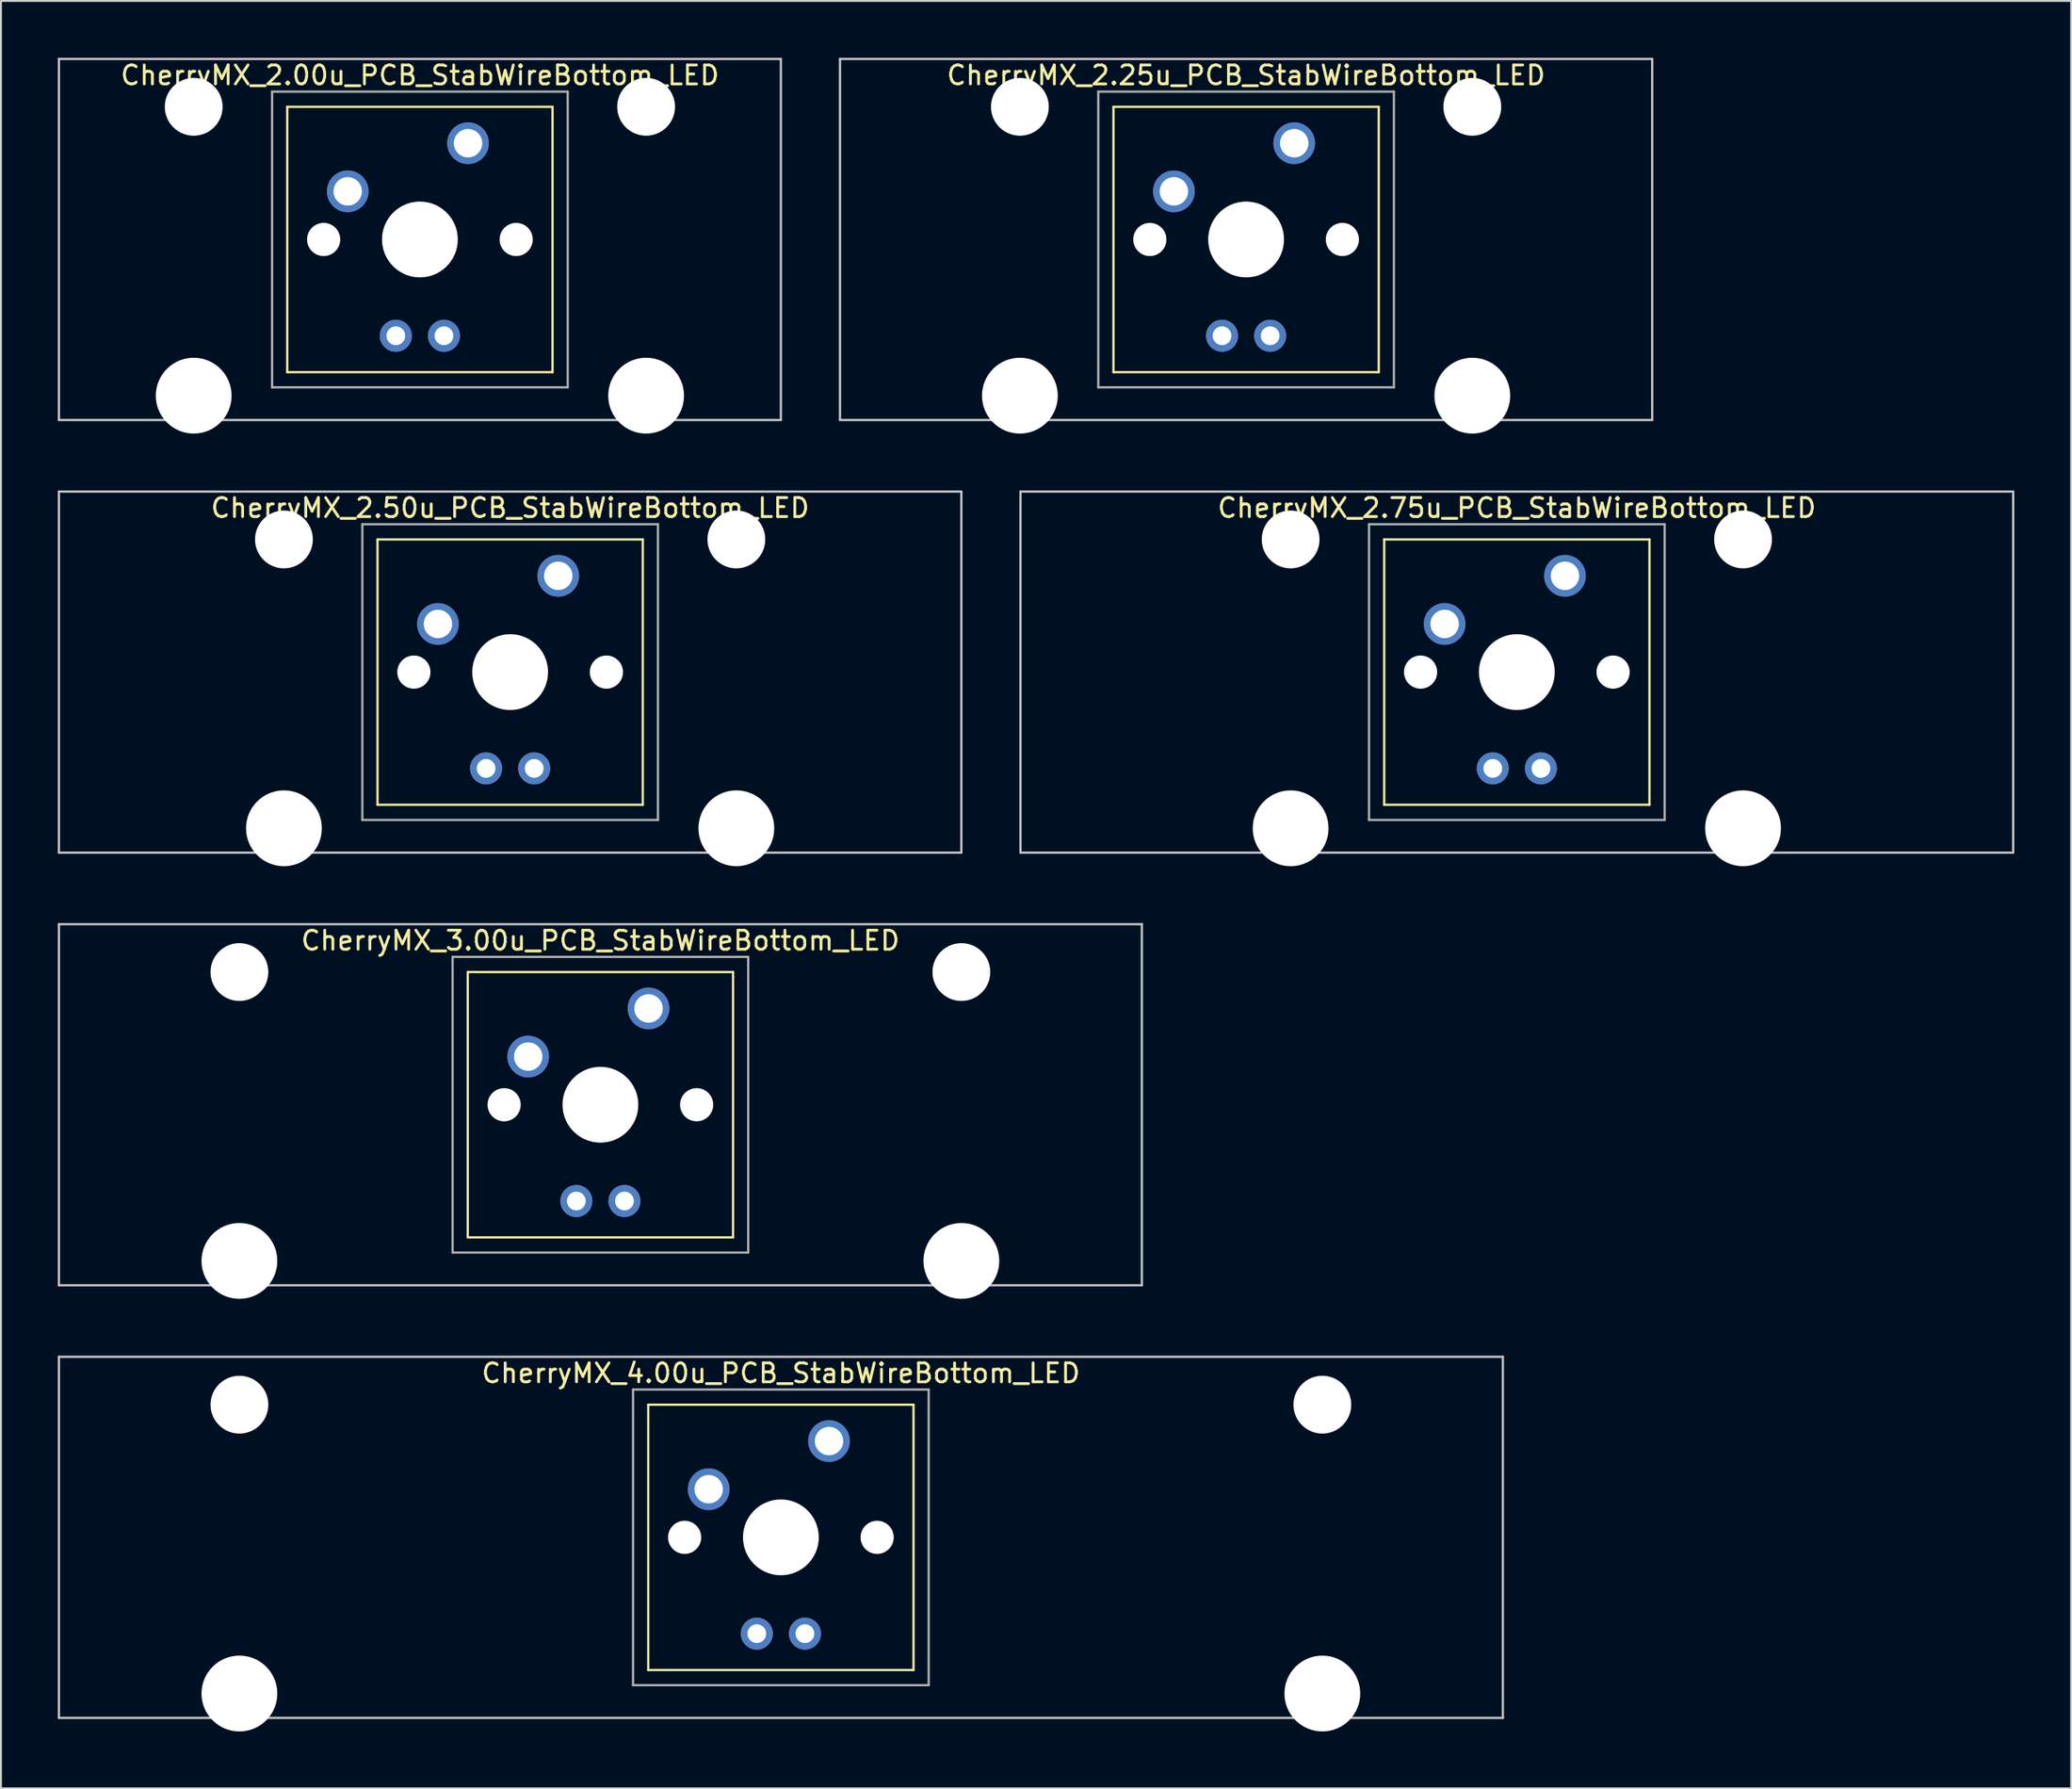
<source format=kicad_pcb>
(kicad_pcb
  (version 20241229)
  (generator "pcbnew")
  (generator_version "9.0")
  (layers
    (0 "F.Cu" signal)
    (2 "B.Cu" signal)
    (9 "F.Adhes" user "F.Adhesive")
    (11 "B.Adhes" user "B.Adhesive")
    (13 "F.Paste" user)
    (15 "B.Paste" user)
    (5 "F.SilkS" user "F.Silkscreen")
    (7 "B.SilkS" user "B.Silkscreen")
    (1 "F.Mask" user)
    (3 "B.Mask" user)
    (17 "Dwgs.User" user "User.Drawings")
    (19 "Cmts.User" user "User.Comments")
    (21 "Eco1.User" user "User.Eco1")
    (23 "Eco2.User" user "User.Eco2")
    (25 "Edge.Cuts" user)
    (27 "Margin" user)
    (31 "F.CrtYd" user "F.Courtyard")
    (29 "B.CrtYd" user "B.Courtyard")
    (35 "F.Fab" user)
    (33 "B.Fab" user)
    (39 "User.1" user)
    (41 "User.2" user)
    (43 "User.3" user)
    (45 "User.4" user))
  (footprint "CherryMX_2.50u_PCB_StabWireBottom_LED"
    (layer "F.Cu")
    (at 23.872 32.41)
    (property "Reference" "CherryMX_2.50u_PCB_StabWireBottom_LED" (at 0 -8.662 0) (layer "F.SilkS") (effects (font (size 1 1) (thickness 0.15))))
    (attr through_hole)
    (fp_line (start -7 -7) (end -7 7) (stroke (width 0.12) (type solid)) (layer "F.SilkS"))
    (fp_line (start -7 -7) (end 7 -7) (stroke (width 0.12) (type solid)) (layer "F.SilkS"))
    (fp_line (start 7 -7) (end 7 7) (stroke (width 0.12) (type solid)) (layer "F.SilkS"))
    (fp_line (start 7 7) (end -7 7) (stroke (width 0.12) (type solid)) (layer "F.SilkS"))
    (fp_line (start -23.812 -9.525) (end 23.812 -9.525) (stroke (width 0.12) (type solid)) (layer "Dwgs.User"))
    (fp_line (start -23.812 9.525) (end -23.812 -9.525) (stroke (width 0.12) (type solid)) (layer "Dwgs.User"))
    (fp_line (start 23.812 -9.525) (end 23.812 9.525) (stroke (width 0.12) (type solid)) (layer "Dwgs.User"))
    (fp_line (start 23.812 9.525) (end -23.812 9.525) (stroke (width 0.12) (type solid)) (layer "Dwgs.User"))
    (fp_line (start -7.8 -7.8) (end -7.8 7.8) (stroke (width 0.12) (type solid)) (layer "F.Fab"))
    (fp_line (start -7.8 -7.8) (end 7.8 -7.8) (stroke (width 0.12) (type solid)) (layer "F.Fab"))
    (fp_line (start -7.8 7.8) (end 7.8 7.8) (stroke (width 0.12) (type solid)) (layer "F.Fab"))
    (fp_line (start 7.8 -7.8) (end 7.8 7.8) (stroke (width 0.12) (type solid)) (layer "F.Fab"))
    (pad "" np_thru_hole circle (at -11.938 -7) (size 3.05 3.05) (drill 3.05) (layers "*.Cu" "*.Mask"))
    (pad "" np_thru_hole circle (at -11.938 8.24) (size 4 4) (drill 4) (layers "*.Cu" "*.Mask"))
    (pad "" np_thru_hole circle (at -5.08 0) (size 1.75 1.75) (drill 1.75) (layers "*.Cu" "*.Mask"))
    (pad "" np_thru_hole circle (at 0 0) (size 4 4) (drill 4) (layers "*.Cu" "*.Mask"))
    (pad "" np_thru_hole circle (at 5.08 0) (size 1.75 1.75) (drill 1.75) (layers "*.Cu" "*.Mask"))
    (pad "" np_thru_hole circle (at 11.938 -7) (size 3.05 3.05) (drill 3.05) (layers "*.Cu" "*.Mask"))
    (pad "" np_thru_hole circle (at 11.938 8.24) (size 4 4) (drill 4) (layers "*.Cu" "*.Mask"))
    (pad "1" thru_hole circle (at -3.81 -2.54) (size 2.2 2.2) (drill 1.5) (layers "*.Cu" "*.Mask"))
    (pad "2" thru_hole circle (at 2.54 -5.08) (size 2.2 2.2) (drill 1.5) (layers "*.Cu" "*.Mask"))
    (pad "3" thru_hole circle (at -1.27 5.08) (size 1.691 1.691) (drill 0.991) (layers "*.Cu" "*.Mask"))
    (pad "4" thru_hole circle (at 1.27 5.08) (size 1.691 1.691) (drill 0.991) (layers "*.Cu" "*.Mask")))
  (footprint "CherryMX_4.00u_PCB_StabWireBottom_LED"
    (layer "F.Cu")
    (at 38.16 78.06)
    (property "Reference" "CherryMX_4.00u_PCB_StabWireBottom_LED" (at 0 -8.662 0) (layer "F.SilkS") (effects (font (size 1 1) (thickness 0.15))))
    (attr through_hole)
    (fp_line (start -7 -7) (end -7 7) (stroke (width 0.12) (type solid)) (layer "F.SilkS"))
    (fp_line (start -7 -7) (end 7 -7) (stroke (width 0.12) (type solid)) (layer "F.SilkS"))
    (fp_line (start 7 -7) (end 7 7) (stroke (width 0.12) (type solid)) (layer "F.SilkS"))
    (fp_line (start 7 7) (end -7 7) (stroke (width 0.12) (type solid)) (layer "F.SilkS"))
    (fp_line (start -38.1 -9.525) (end 38.1 -9.525) (stroke (width 0.12) (type solid)) (layer "Dwgs.User"))
    (fp_line (start -38.1 9.525) (end -38.1 -9.525) (stroke (width 0.12) (type solid)) (layer "Dwgs.User"))
    (fp_line (start 38.1 -9.525) (end 38.1 9.525) (stroke (width 0.12) (type solid)) (layer "Dwgs.User"))
    (fp_line (start 38.1 9.525) (end -38.1 9.525) (stroke (width 0.12) (type solid)) (layer "Dwgs.User"))
    (fp_line (start -7.8 -7.8) (end -7.8 7.8) (stroke (width 0.12) (type solid)) (layer "F.Fab"))
    (fp_line (start -7.8 -7.8) (end 7.8 -7.8) (stroke (width 0.12) (type solid)) (layer "F.Fab"))
    (fp_line (start -7.8 7.8) (end 7.8 7.8) (stroke (width 0.12) (type solid)) (layer "F.Fab"))
    (fp_line (start 7.8 -7.8) (end 7.8 7.8) (stroke (width 0.12) (type solid)) (layer "F.Fab"))
    (pad "" np_thru_hole circle (at -28.575 -7) (size 3.05 3.05) (drill 3.05) (layers "*.Cu" "*.Mask"))
    (pad "" np_thru_hole circle (at -28.575 8.24) (size 4 4) (drill 4) (layers "*.Cu" "*.Mask"))
    (pad "" np_thru_hole circle (at -5.08 0) (size 1.75 1.75) (drill 1.75) (layers "*.Cu" "*.Mask"))
    (pad "" np_thru_hole circle (at 0 0) (size 4 4) (drill 4) (layers "*.Cu" "*.Mask"))
    (pad "" np_thru_hole circle (at 5.08 0) (size 1.75 1.75) (drill 1.75) (layers "*.Cu" "*.Mask"))
    (pad "" np_thru_hole circle (at 28.575 -7) (size 3.05 3.05) (drill 3.05) (layers "*.Cu" "*.Mask"))
    (pad "" np_thru_hole circle (at 28.575 8.24) (size 4 4) (drill 4) (layers "*.Cu" "*.Mask"))
    (pad "1" thru_hole circle (at -3.81 -2.54) (size 2.2 2.2) (drill 1.5) (layers "*.Cu" "*.Mask"))
    (pad "2" thru_hole circle (at 2.54 -5.08) (size 2.2 2.2) (drill 1.5) (layers "*.Cu" "*.Mask"))
    (pad "3" thru_hole circle (at -1.27 5.08) (size 1.691 1.691) (drill 0.991) (layers "*.Cu" "*.Mask"))
    (pad "4" thru_hole circle (at 1.27 5.08) (size 1.691 1.691) (drill 0.991) (layers "*.Cu" "*.Mask")))
  (footprint "CherryMX_2.00u_PCB_StabWireBottom_LED"
    (layer "F.Cu")
    (at 19.11 9.585)
    (property "Reference" "CherryMX_2.00u_PCB_StabWireBottom_LED" (at 0 -8.662 0) (layer "F.SilkS") (effects (font (size 1 1) (thickness 0.15))))
    (attr through_hole)
    (fp_line (start -7 -7) (end -7 7) (stroke (width 0.12) (type solid)) (layer "F.SilkS"))
    (fp_line (start -7 -7) (end 7 -7) (stroke (width 0.12) (type solid)) (layer "F.SilkS"))
    (fp_line (start 7 -7) (end 7 7) (stroke (width 0.12) (type solid)) (layer "F.SilkS"))
    (fp_line (start 7 7) (end -7 7) (stroke (width 0.12) (type solid)) (layer "F.SilkS"))
    (fp_line (start -19.05 -9.525) (end 19.05 -9.525) (stroke (width 0.12) (type solid)) (layer "Dwgs.User"))
    (fp_line (start -19.05 9.525) (end -19.05 -9.525) (stroke (width 0.12) (type solid)) (layer "Dwgs.User"))
    (fp_line (start 19.05 -9.525) (end 19.05 9.525) (stroke (width 0.12) (type solid)) (layer "Dwgs.User"))
    (fp_line (start 19.05 9.525) (end -19.05 9.525) (stroke (width 0.12) (type solid)) (layer "Dwgs.User"))
    (fp_line (start -7.8 -7.8) (end -7.8 7.8) (stroke (width 0.12) (type solid)) (layer "F.Fab"))
    (fp_line (start -7.8 -7.8) (end 7.8 -7.8) (stroke (width 0.12) (type solid)) (layer "F.Fab"))
    (fp_line (start -7.8 7.8) (end 7.8 7.8) (stroke (width 0.12) (type solid)) (layer "F.Fab"))
    (fp_line (start 7.8 -7.8) (end 7.8 7.8) (stroke (width 0.12) (type solid)) (layer "F.Fab"))
    (pad "" np_thru_hole circle (at -11.938 -7) (size 3.05 3.05) (drill 3.05) (layers "*.Cu" "*.Mask"))
    (pad "" np_thru_hole circle (at -11.938 8.24) (size 4 4) (drill 4) (layers "*.Cu" "*.Mask"))
    (pad "" np_thru_hole circle (at -5.08 0) (size 1.75 1.75) (drill 1.75) (layers "*.Cu" "*.Mask"))
    (pad "" np_thru_hole circle (at 0 0) (size 4 4) (drill 4) (layers "*.Cu" "*.Mask"))
    (pad "" np_thru_hole circle (at 5.08 0) (size 1.75 1.75) (drill 1.75) (layers "*.Cu" "*.Mask"))
    (pad "" np_thru_hole circle (at 11.938 -7) (size 3.05 3.05) (drill 3.05) (layers "*.Cu" "*.Mask"))
    (pad "" np_thru_hole circle (at 11.938 8.24) (size 4 4) (drill 4) (layers "*.Cu" "*.Mask"))
    (pad "1" thru_hole circle (at -3.81 -2.54) (size 2.2 2.2) (drill 1.5) (layers "*.Cu" "*.Mask"))
    (pad "2" thru_hole circle (at 2.54 -5.08) (size 2.2 2.2) (drill 1.5) (layers "*.Cu" "*.Mask"))
    (pad "3" thru_hole circle (at -1.27 5.08) (size 1.691 1.691) (drill 0.991) (layers "*.Cu" "*.Mask"))
    (pad "4" thru_hole circle (at 1.27 5.08) (size 1.691 1.691) (drill 0.991) (layers "*.Cu" "*.Mask")))
  (footprint "CherryMX_3.00u_PCB_StabWireBottom_LED"
    (layer "F.Cu")
    (at 28.635 55.235)
    (property "Reference" "CherryMX_3.00u_PCB_StabWireBottom_LED" (at 0 -8.662 0) (layer "F.SilkS") (effects (font (size 1 1) (thickness 0.15))))
    (attr through_hole)
    (fp_line (start -7 -7) (end -7 7) (stroke (width 0.12) (type solid)) (layer "F.SilkS"))
    (fp_line (start -7 -7) (end 7 -7) (stroke (width 0.12) (type solid)) (layer "F.SilkS"))
    (fp_line (start 7 -7) (end 7 7) (stroke (width 0.12) (type solid)) (layer "F.SilkS"))
    (fp_line (start 7 7) (end -7 7) (stroke (width 0.12) (type solid)) (layer "F.SilkS"))
    (fp_line (start -28.575 -9.525) (end 28.575 -9.525) (stroke (width 0.12) (type solid)) (layer "Dwgs.User"))
    (fp_line (start -28.575 9.525) (end -28.575 -9.525) (stroke (width 0.12) (type solid)) (layer "Dwgs.User"))
    (fp_line (start 28.575 -9.525) (end 28.575 9.525) (stroke (width 0.12) (type solid)) (layer "Dwgs.User"))
    (fp_line (start 28.575 9.525) (end -28.575 9.525) (stroke (width 0.12) (type solid)) (layer "Dwgs.User"))
    (fp_line (start -7.8 -7.8) (end -7.8 7.8) (stroke (width 0.12) (type solid)) (layer "F.Fab"))
    (fp_line (start -7.8 -7.8) (end 7.8 -7.8) (stroke (width 0.12) (type solid)) (layer "F.Fab"))
    (fp_line (start -7.8 7.8) (end 7.8 7.8) (stroke (width 0.12) (type solid)) (layer "F.Fab"))
    (fp_line (start 7.8 -7.8) (end 7.8 7.8) (stroke (width 0.12) (type solid)) (layer "F.Fab"))
    (pad "" np_thru_hole circle (at -19.05 -7) (size 3.05 3.05) (drill 3.05) (layers "*.Cu" "*.Mask"))
    (pad "" np_thru_hole circle (at -19.05 8.24) (size 4 4) (drill 4) (layers "*.Cu" "*.Mask"))
    (pad "" np_thru_hole circle (at -5.08 0) (size 1.75 1.75) (drill 1.75) (layers "*.Cu" "*.Mask"))
    (pad "" np_thru_hole circle (at 0 0) (size 4 4) (drill 4) (layers "*.Cu" "*.Mask"))
    (pad "" np_thru_hole circle (at 5.08 0) (size 1.75 1.75) (drill 1.75) (layers "*.Cu" "*.Mask"))
    (pad "" np_thru_hole circle (at 19.05 -7) (size 3.05 3.05) (drill 3.05) (layers "*.Cu" "*.Mask"))
    (pad "" np_thru_hole circle (at 19.05 8.24) (size 4 4) (drill 4) (layers "*.Cu" "*.Mask"))
    (pad "1" thru_hole circle (at -3.81 -2.54) (size 2.2 2.2) (drill 1.5) (layers "*.Cu" "*.Mask"))
    (pad "2" thru_hole circle (at 2.54 -5.08) (size 2.2 2.2) (drill 1.5) (layers "*.Cu" "*.Mask"))
    (pad "3" thru_hole circle (at -1.27 5.08) (size 1.691 1.691) (drill 0.991) (layers "*.Cu" "*.Mask"))
    (pad "4" thru_hole circle (at 1.27 5.08) (size 1.691 1.691) (drill 0.991) (layers "*.Cu" "*.Mask")))
  (footprint "CherryMX_2.75u_PCB_StabWireBottom_LED"
    (layer "F.Cu")
    (at 76.999 32.41)
    (property "Reference" "CherryMX_2.75u_PCB_StabWireBottom_LED" (at 0 -8.662 0) (layer "F.SilkS") (effects (font (size 1 1) (thickness 0.15))))
    (attr through_hole)
    (fp_line (start -7 -7) (end -7 7) (stroke (width 0.12) (type solid)) (layer "F.SilkS"))
    (fp_line (start -7 -7) (end 7 -7) (stroke (width 0.12) (type solid)) (layer "F.SilkS"))
    (fp_line (start 7 -7) (end 7 7) (stroke (width 0.12) (type solid)) (layer "F.SilkS"))
    (fp_line (start 7 7) (end -7 7) (stroke (width 0.12) (type solid)) (layer "F.SilkS"))
    (fp_line (start -26.194 -9.525) (end 26.194 -9.525) (stroke (width 0.12) (type solid)) (layer "Dwgs.User"))
    (fp_line (start -26.194 9.525) (end -26.194 -9.525) (stroke (width 0.12) (type solid)) (layer "Dwgs.User"))
    (fp_line (start 26.194 -9.525) (end 26.194 9.525) (stroke (width 0.12) (type solid)) (layer "Dwgs.User"))
    (fp_line (start 26.194 9.525) (end -26.194 9.525) (stroke (width 0.12) (type solid)) (layer "Dwgs.User"))
    (fp_line (start -7.8 -7.8) (end -7.8 7.8) (stroke (width 0.12) (type solid)) (layer "F.Fab"))
    (fp_line (start -7.8 -7.8) (end 7.8 -7.8) (stroke (width 0.12) (type solid)) (layer "F.Fab"))
    (fp_line (start -7.8 7.8) (end 7.8 7.8) (stroke (width 0.12) (type solid)) (layer "F.Fab"))
    (fp_line (start 7.8 -7.8) (end 7.8 7.8) (stroke (width 0.12) (type solid)) (layer "F.Fab"))
    (pad "" np_thru_hole circle (at -11.938 -7) (size 3.05 3.05) (drill 3.05) (layers "*.Cu" "*.Mask"))
    (pad "" np_thru_hole circle (at -11.938 8.24) (size 4 4) (drill 4) (layers "*.Cu" "*.Mask"))
    (pad "" np_thru_hole circle (at -5.08 0) (size 1.75 1.75) (drill 1.75) (layers "*.Cu" "*.Mask"))
    (pad "" np_thru_hole circle (at 0 0) (size 4 4) (drill 4) (layers "*.Cu" "*.Mask"))
    (pad "" np_thru_hole circle (at 5.08 0) (size 1.75 1.75) (drill 1.75) (layers "*.Cu" "*.Mask"))
    (pad "" np_thru_hole circle (at 11.938 -7) (size 3.05 3.05) (drill 3.05) (layers "*.Cu" "*.Mask"))
    (pad "" np_thru_hole circle (at 11.938 8.24) (size 4 4) (drill 4) (layers "*.Cu" "*.Mask"))
    (pad "1" thru_hole circle (at -3.81 -2.54) (size 2.2 2.2) (drill 1.5) (layers "*.Cu" "*.Mask"))
    (pad "2" thru_hole circle (at 2.54 -5.08) (size 2.2 2.2) (drill 1.5) (layers "*.Cu" "*.Mask"))
    (pad "3" thru_hole circle (at -1.27 5.08) (size 1.691 1.691) (drill 0.991) (layers "*.Cu" "*.Mask"))
    (pad "4" thru_hole circle (at 1.27 5.08) (size 1.691 1.691) (drill 0.991) (layers "*.Cu" "*.Mask")))
  (footprint "CherryMX_2.25u_PCB_StabWireBottom_LED"
    (layer "F.Cu")
    (at 62.711 9.585)
    (property "Reference" "CherryMX_2.25u_PCB_StabWireBottom_LED" (at 0 -8.662 0) (layer "F.SilkS") (effects (font (size 1 1) (thickness 0.15))))
    (attr through_hole)
    (fp_line (start -7 -7) (end -7 7) (stroke (width 0.12) (type solid)) (layer "F.SilkS"))
    (fp_line (start -7 -7) (end 7 -7) (stroke (width 0.12) (type solid)) (layer "F.SilkS"))
    (fp_line (start 7 -7) (end 7 7) (stroke (width 0.12) (type solid)) (layer "F.SilkS"))
    (fp_line (start 7 7) (end -7 7) (stroke (width 0.12) (type solid)) (layer "F.SilkS"))
    (fp_line (start -21.431 -9.525) (end 21.431 -9.525) (stroke (width 0.12) (type solid)) (layer "Dwgs.User"))
    (fp_line (start -21.431 9.525) (end -21.431 -9.525) (stroke (width 0.12) (type solid)) (layer "Dwgs.User"))
    (fp_line (start 21.431 -9.525) (end 21.431 9.525) (stroke (width 0.12) (type solid)) (layer "Dwgs.User"))
    (fp_line (start 21.431 9.525) (end -21.431 9.525) (stroke (width 0.12) (type solid)) (layer "Dwgs.User"))
    (fp_line (start -7.8 -7.8) (end -7.8 7.8) (stroke (width 0.12) (type solid)) (layer "F.Fab"))
    (fp_line (start -7.8 -7.8) (end 7.8 -7.8) (stroke (width 0.12) (type solid)) (layer "F.Fab"))
    (fp_line (start -7.8 7.8) (end 7.8 7.8) (stroke (width 0.12) (type solid)) (layer "F.Fab"))
    (fp_line (start 7.8 -7.8) (end 7.8 7.8) (stroke (width 0.12) (type solid)) (layer "F.Fab"))
    (pad "" np_thru_hole circle (at -11.938 -7) (size 3.05 3.05) (drill 3.05) (layers "*.Cu" "*.Mask"))
    (pad "" np_thru_hole circle (at -11.938 8.24) (size 4 4) (drill 4) (layers "*.Cu" "*.Mask"))
    (pad "" np_thru_hole circle (at -5.08 0) (size 1.75 1.75) (drill 1.75) (layers "*.Cu" "*.Mask"))
    (pad "" np_thru_hole circle (at 0 0) (size 4 4) (drill 4) (layers "*.Cu" "*.Mask"))
    (pad "" np_thru_hole circle (at 5.08 0) (size 1.75 1.75) (drill 1.75) (layers "*.Cu" "*.Mask"))
    (pad "" np_thru_hole circle (at 11.938 -7) (size 3.05 3.05) (drill 3.05) (layers "*.Cu" "*.Mask"))
    (pad "" np_thru_hole circle (at 11.938 8.24) (size 4 4) (drill 4) (layers "*.Cu" "*.Mask"))
    (pad "1" thru_hole circle (at -3.81 -2.54) (size 2.2 2.2) (drill 1.5) (layers "*.Cu" "*.Mask"))
    (pad "2" thru_hole circle (at 2.54 -5.08) (size 2.2 2.2) (drill 1.5) (layers "*.Cu" "*.Mask"))
    (pad "3" thru_hole circle (at -1.27 5.08) (size 1.691 1.691) (drill 0.991) (layers "*.Cu" "*.Mask"))
    (pad "4" thru_hole circle (at 1.27 5.08) (size 1.691 1.691) (drill 0.991) (layers "*.Cu" "*.Mask")))
  (gr_rect
    (start -3 -3)
    (end 106.252 91.3)
    (stroke (width 0.1) (type default))
    (fill no)
    (layer "Edge.Cuts")))
</source>
